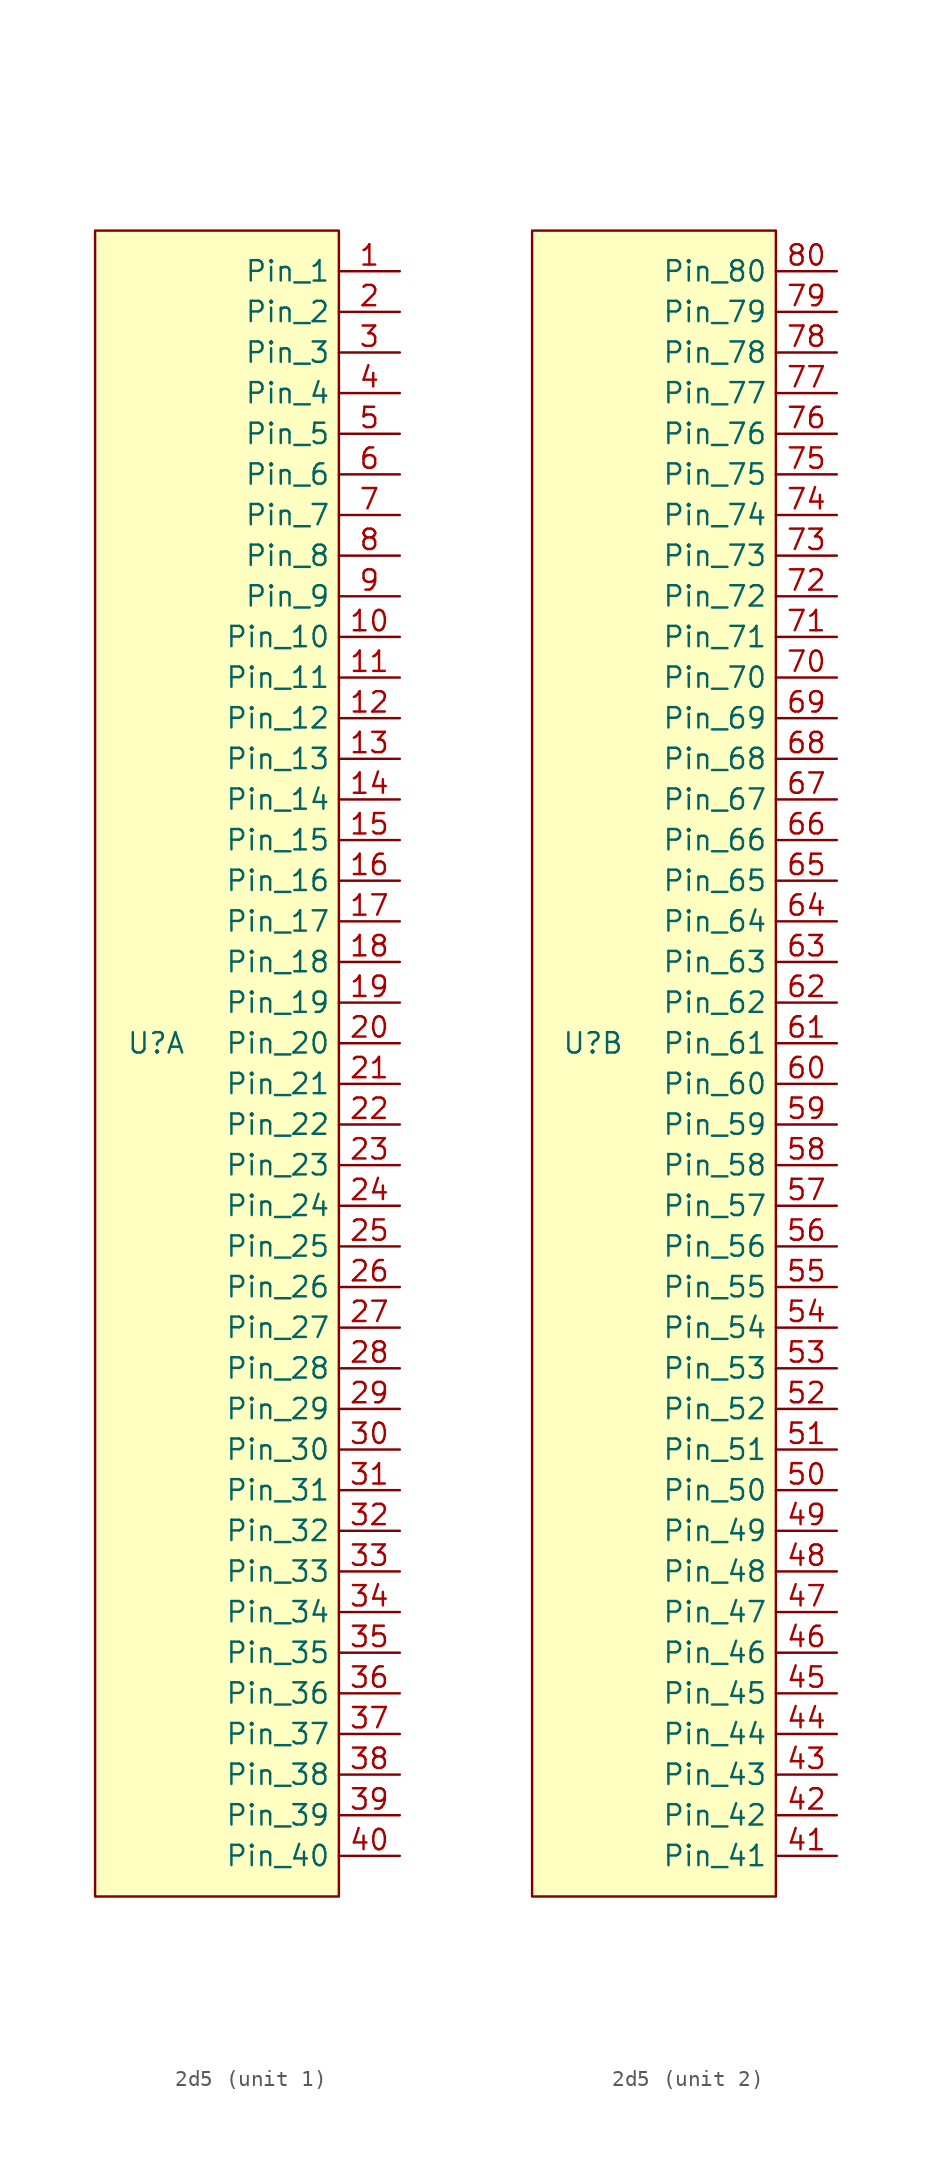
<source format=kicad_sym>
(kicad_symbol_lib
  (version 20231120)
  (generator "kicad_symbol_editor")
  (generator_version "8.0")
  (symbol "2d5"
    (property "Reference" "U"
      (at 0 0 0)
      (effects (font (size 1.27 1.27))))
    (property "Value" ""
      (at 0 0 0)
      (effects (font (size 1.27 1.27))))
    (property "ki_locked" ""
      (at 0 0 0)
      (effects (font (size 1.27 1.27))))
    (symbol "2d5_1_1"
      (rectangle (start -3.81 50.8) (end 11.43 -53.34) (stroke (width 0) (type default)) (fill (type background)))
      (pin passive line (at 15.24 48.26 180) (length 3.81) (name "Pin_1" (effects (font (size 1.27 1.27)))) (number "1" (effects (font (size 1.27 1.27)))))
      (pin passive line (at 15.24 25.4 180) (length 3.81) (name "Pin_10" (effects (font (size 1.27 1.27)))) (number "10" (effects (font (size 1.27 1.27)))))
      (pin passive line (at 15.24 22.86 180) (length 3.81) (name "Pin_11" (effects (font (size 1.27 1.27)))) (number "11" (effects (font (size 1.27 1.27)))))
      (pin passive line (at 15.24 20.32 180) (length 3.81) (name "Pin_12" (effects (font (size 1.27 1.27)))) (number "12" (effects (font (size 1.27 1.27)))))
      (pin passive line (at 15.24 17.78 180) (length 3.81) (name "Pin_13" (effects (font (size 1.27 1.27)))) (number "13" (effects (font (size 1.27 1.27)))))
      (pin passive line (at 15.24 15.24 180) (length 3.81) (name "Pin_14" (effects (font (size 1.27 1.27)))) (number "14" (effects (font (size 1.27 1.27)))))
      (pin passive line (at 15.24 12.7 180) (length 3.81) (name "Pin_15" (effects (font (size 1.27 1.27)))) (number "15" (effects (font (size 1.27 1.27)))))
      (pin passive line (at 15.24 10.16 180) (length 3.81) (name "Pin_16" (effects (font (size 1.27 1.27)))) (number "16" (effects (font (size 1.27 1.27)))))
      (pin passive line (at 15.24 7.62 180) (length 3.81) (name "Pin_17" (effects (font (size 1.27 1.27)))) (number "17" (effects (font (size 1.27 1.27)))))
      (pin passive line (at 15.24 5.08 180) (length 3.81) (name "Pin_18" (effects (font (size 1.27 1.27)))) (number "18" (effects (font (size 1.27 1.27)))))
      (pin passive line (at 15.24 2.54 180) (length 3.81) (name "Pin_19" (effects (font (size 1.27 1.27)))) (number "19" (effects (font (size 1.27 1.27)))))
      (pin passive line (at 15.24 45.72 180) (length 3.81) (name "Pin_2" (effects (font (size 1.27 1.27)))) (number "2" (effects (font (size 1.27 1.27)))))
      (pin passive line (at 15.24 0 180) (length 3.81) (name "Pin_20" (effects (font (size 1.27 1.27)))) (number "20" (effects (font (size 1.27 1.27)))))
      (pin passive line (at 15.24 -2.54 180) (length 3.81) (name "Pin_21" (effects (font (size 1.27 1.27)))) (number "21" (effects (font (size 1.27 1.27)))))
      (pin passive line (at 15.24 -5.08 180) (length 3.81) (name "Pin_22" (effects (font (size 1.27 1.27)))) (number "22" (effects (font (size 1.27 1.27)))))
      (pin passive line (at 15.24 -7.62 180) (length 3.81) (name "Pin_23" (effects (font (size 1.27 1.27)))) (number "23" (effects (font (size 1.27 1.27)))))
      (pin passive line (at 15.24 -10.16 180) (length 3.81) (name "Pin_24" (effects (font (size 1.27 1.27)))) (number "24" (effects (font (size 1.27 1.27)))))
      (pin passive line (at 15.24 -12.7 180) (length 3.81) (name "Pin_25" (effects (font (size 1.27 1.27)))) (number "25" (effects (font (size 1.27 1.27)))))
      (pin passive line (at 15.24 -15.24 180) (length 3.81) (name "Pin_26" (effects (font (size 1.27 1.27)))) (number "26" (effects (font (size 1.27 1.27)))))
      (pin passive line (at 15.24 -17.78 180) (length 3.81) (name "Pin_27" (effects (font (size 1.27 1.27)))) (number "27" (effects (font (size 1.27 1.27)))))
      (pin passive line (at 15.24 -20.32 180) (length 3.81) (name "Pin_28" (effects (font (size 1.27 1.27)))) (number "28" (effects (font (size 1.27 1.27)))))
      (pin passive line (at 15.24 -22.86 180) (length 3.81) (name "Pin_29" (effects (font (size 1.27 1.27)))) (number "29" (effects (font (size 1.27 1.27)))))
      (pin passive line (at 15.24 43.18 180) (length 3.81) (name "Pin_3" (effects (font (size 1.27 1.27)))) (number "3" (effects (font (size 1.27 1.27)))))
      (pin passive line (at 15.24 -25.4 180) (length 3.81) (name "Pin_30" (effects (font (size 1.27 1.27)))) (number "30" (effects (font (size 1.27 1.27)))))
      (pin passive line (at 15.24 -27.94 180) (length 3.81) (name "Pin_31" (effects (font (size 1.27 1.27)))) (number "31" (effects (font (size 1.27 1.27)))))
      (pin passive line (at 15.24 -30.48 180) (length 3.81) (name "Pin_32" (effects (font (size 1.27 1.27)))) (number "32" (effects (font (size 1.27 1.27)))))
      (pin passive line (at 15.24 -33.02 180) (length 3.81) (name "Pin_33" (effects (font (size 1.27 1.27)))) (number "33" (effects (font (size 1.27 1.27)))))
      (pin passive line (at 15.24 -35.56 180) (length 3.81) (name "Pin_34" (effects (font (size 1.27 1.27)))) (number "34" (effects (font (size 1.27 1.27)))))
      (pin passive line (at 15.24 -38.1 180) (length 3.81) (name "Pin_35" (effects (font (size 1.27 1.27)))) (number "35" (effects (font (size 1.27 1.27)))))
      (pin passive line (at 15.24 -40.64 180) (length 3.81) (name "Pin_36" (effects (font (size 1.27 1.27)))) (number "36" (effects (font (size 1.27 1.27)))))
      (pin passive line (at 15.24 -43.18 180) (length 3.81) (name "Pin_37" (effects (font (size 1.27 1.27)))) (number "37" (effects (font (size 1.27 1.27)))))
      (pin passive line (at 15.24 -45.72 180) (length 3.81) (name "Pin_38" (effects (font (size 1.27 1.27)))) (number "38" (effects (font (size 1.27 1.27)))))
      (pin passive line (at 15.24 -48.26 180) (length 3.81) (name "Pin_39" (effects (font (size 1.27 1.27)))) (number "39" (effects (font (size 1.27 1.27)))))
      (pin passive line (at 15.24 40.64 180) (length 3.81) (name "Pin_4" (effects (font (size 1.27 1.27)))) (number "4" (effects (font (size 1.27 1.27)))))
      (pin passive line (at 15.24 -50.8 180) (length 3.81) (name "Pin_40" (effects (font (size 1.27 1.27)))) (number "40" (effects (font (size 1.27 1.27)))))
      (pin passive line (at 15.24 38.1 180) (length 3.81) (name "Pin_5" (effects (font (size 1.27 1.27)))) (number "5" (effects (font (size 1.27 1.27)))))
      (pin passive line (at 15.24 35.56 180) (length 3.81) (name "Pin_6" (effects (font (size 1.27 1.27)))) (number "6" (effects (font (size 1.27 1.27)))))
      (pin passive line (at 15.24 33.02 180) (length 3.81) (name "Pin_7" (effects (font (size 1.27 1.27)))) (number "7" (effects (font (size 1.27 1.27)))))
      (pin passive line (at 15.24 30.48 180) (length 3.81) (name "Pin_8" (effects (font (size 1.27 1.27)))) (number "8" (effects (font (size 1.27 1.27)))))
      (pin passive line (at 15.24 27.94 180) (length 3.81) (name "Pin_9" (effects (font (size 1.27 1.27)))) (number "9" (effects (font (size 1.27 1.27))))))
    (symbol "2d5_2_1"
      (rectangle (start -3.81 50.8) (end 11.43 -53.34) (stroke (width 0) (type default)) (fill (type background)))
      (pin passive line (at 15.24 -50.8 180) (length 3.81) (name "Pin_41" (effects (font (size 1.27 1.27)))) (number "41" (effects (font (size 1.27 1.27)))))
      (pin passive line (at 15.24 -48.26 180) (length 3.81) (name "Pin_42" (effects (font (size 1.27 1.27)))) (number "42" (effects (font (size 1.27 1.27)))))
      (pin passive line (at 15.24 -45.72 180) (length 3.81) (name "Pin_43" (effects (font (size 1.27 1.27)))) (number "43" (effects (font (size 1.27 1.27)))))
      (pin passive line (at 15.24 -43.18 180) (length 3.81) (name "Pin_44" (effects (font (size 1.27 1.27)))) (number "44" (effects (font (size 1.27 1.27)))))
      (pin passive line (at 15.24 -40.64 180) (length 3.81) (name "Pin_45" (effects (font (size 1.27 1.27)))) (number "45" (effects (font (size 1.27 1.27)))))
      (pin passive line (at 15.24 -38.1 180) (length 3.81) (name "Pin_46" (effects (font (size 1.27 1.27)))) (number "46" (effects (font (size 1.27 1.27)))))
      (pin passive line (at 15.24 -35.56 180) (length 3.81) (name "Pin_47" (effects (font (size 1.27 1.27)))) (number "47" (effects (font (size 1.27 1.27)))))
      (pin passive line (at 15.24 -33.02 180) (length 3.81) (name "Pin_48" (effects (font (size 1.27 1.27)))) (number "48" (effects (font (size 1.27 1.27)))))
      (pin passive line (at 15.24 -30.48 180) (length 3.81) (name "Pin_49" (effects (font (size 1.27 1.27)))) (number "49" (effects (font (size 1.27 1.27)))))
      (pin passive line (at 15.24 -27.94 180) (length 3.81) (name "Pin_50" (effects (font (size 1.27 1.27)))) (number "50" (effects (font (size 1.27 1.27)))))
      (pin passive line (at 15.24 -25.4 180) (length 3.81) (name "Pin_51" (effects (font (size 1.27 1.27)))) (number "51" (effects (font (size 1.27 1.27)))))
      (pin passive line (at 15.24 -22.86 180) (length 3.81) (name "Pin_52" (effects (font (size 1.27 1.27)))) (number "52" (effects (font (size 1.27 1.27)))))
      (pin passive line (at 15.24 -20.32 180) (length 3.81) (name "Pin_53" (effects (font (size 1.27 1.27)))) (number "53" (effects (font (size 1.27 1.27)))))
      (pin passive line (at 15.24 -17.78 180) (length 3.81) (name "Pin_54" (effects (font (size 1.27 1.27)))) (number "54" (effects (font (size 1.27 1.27)))))
      (pin passive line (at 15.24 -15.24 180) (length 3.81) (name "Pin_55" (effects (font (size 1.27 1.27)))) (number "55" (effects (font (size 1.27 1.27)))))
      (pin passive line (at 15.24 -12.7 180) (length 3.81) (name "Pin_56" (effects (font (size 1.27 1.27)))) (number "56" (effects (font (size 1.27 1.27)))))
      (pin passive line (at 15.24 -10.16 180) (length 3.81) (name "Pin_57" (effects (font (size 1.27 1.27)))) (number "57" (effects (font (size 1.27 1.27)))))
      (pin passive line (at 15.24 -7.62 180) (length 3.81) (name "Pin_58" (effects (font (size 1.27 1.27)))) (number "58" (effects (font (size 1.27 1.27)))))
      (pin passive line (at 15.24 -5.08 180) (length 3.81) (name "Pin_59" (effects (font (size 1.27 1.27)))) (number "59" (effects (font (size 1.27 1.27)))))
      (pin passive line (at 15.24 -2.54 180) (length 3.81) (name "Pin_60" (effects (font (size 1.27 1.27)))) (number "60" (effects (font (size 1.27 1.27)))))
      (pin passive line (at 15.24 0 180) (length 3.81) (name "Pin_61" (effects (font (size 1.27 1.27)))) (number "61" (effects (font (size 1.27 1.27)))))
      (pin passive line (at 15.24 2.54 180) (length 3.81) (name "Pin_62" (effects (font (size 1.27 1.27)))) (number "62" (effects (font (size 1.27 1.27)))))
      (pin passive line (at 15.24 5.08 180) (length 3.81) (name "Pin_63" (effects (font (size 1.27 1.27)))) (number "63" (effects (font (size 1.27 1.27)))))
      (pin passive line (at 15.24 7.62 180) (length 3.81) (name "Pin_64" (effects (font (size 1.27 1.27)))) (number "64" (effects (font (size 1.27 1.27)))))
      (pin passive line (at 15.24 10.16 180) (length 3.81) (name "Pin_65" (effects (font (size 1.27 1.27)))) (number "65" (effects (font (size 1.27 1.27)))))
      (pin passive line (at 15.24 12.7 180) (length 3.81) (name "Pin_66" (effects (font (size 1.27 1.27)))) (number "66" (effects (font (size 1.27 1.27)))))
      (pin passive line (at 15.24 15.24 180) (length 3.81) (name "Pin_67" (effects (font (size 1.27 1.27)))) (number "67" (effects (font (size 1.27 1.27)))))
      (pin passive line (at 15.24 17.78 180) (length 3.81) (name "Pin_68" (effects (font (size 1.27 1.27)))) (number "68" (effects (font (size 1.27 1.27)))))
      (pin passive line (at 15.24 20.32 180) (length 3.81) (name "Pin_69" (effects (font (size 1.27 1.27)))) (number "69" (effects (font (size 1.27 1.27)))))
      (pin passive line (at 15.24 22.86 180) (length 3.81) (name "Pin_70" (effects (font (size 1.27 1.27)))) (number "70" (effects (font (size 1.27 1.27)))))
      (pin passive line (at 15.24 25.4 180) (length 3.81) (name "Pin_71" (effects (font (size 1.27 1.27)))) (number "71" (effects (font (size 1.27 1.27)))))
      (pin passive line (at 15.24 27.94 180) (length 3.81) (name "Pin_72" (effects (font (size 1.27 1.27)))) (number "72" (effects (font (size 1.27 1.27)))))
      (pin passive line (at 15.24 30.48 180) (length 3.81) (name "Pin_73" (effects (font (size 1.27 1.27)))) (number "73" (effects (font (size 1.27 1.27)))))
      (pin passive line (at 15.24 33.02 180) (length 3.81) (name "Pin_74" (effects (font (size 1.27 1.27)))) (number "74" (effects (font (size 1.27 1.27)))))
      (pin passive line (at 15.24 35.56 180) (length 3.81) (name "Pin_75" (effects (font (size 1.27 1.27)))) (number "75" (effects (font (size 1.27 1.27)))))
      (pin passive line (at 15.24 38.1 180) (length 3.81) (name "Pin_76" (effects (font (size 1.27 1.27)))) (number "76" (effects (font (size 1.27 1.27)))))
      (pin passive line (at 15.24 40.64 180) (length 3.81) (name "Pin_77" (effects (font (size 1.27 1.27)))) (number "77" (effects (font (size 1.27 1.27)))))
      (pin passive line (at 15.24 43.18 180) (length 3.81) (name "Pin_78" (effects (font (size 1.27 1.27)))) (number "78" (effects (font (size 1.27 1.27)))))
      (pin passive line (at 15.24 45.72 180) (length 3.81) (name "Pin_79" (effects (font (size 1.27 1.27)))) (number "79" (effects (font (size 1.27 1.27)))))
      (pin passive line (at 15.24 48.26 180) (length 3.81) (name "Pin_80" (effects (font (size 1.27 1.27)))) (number "80" (effects (font (size 1.27 1.27))))))))
</source>
